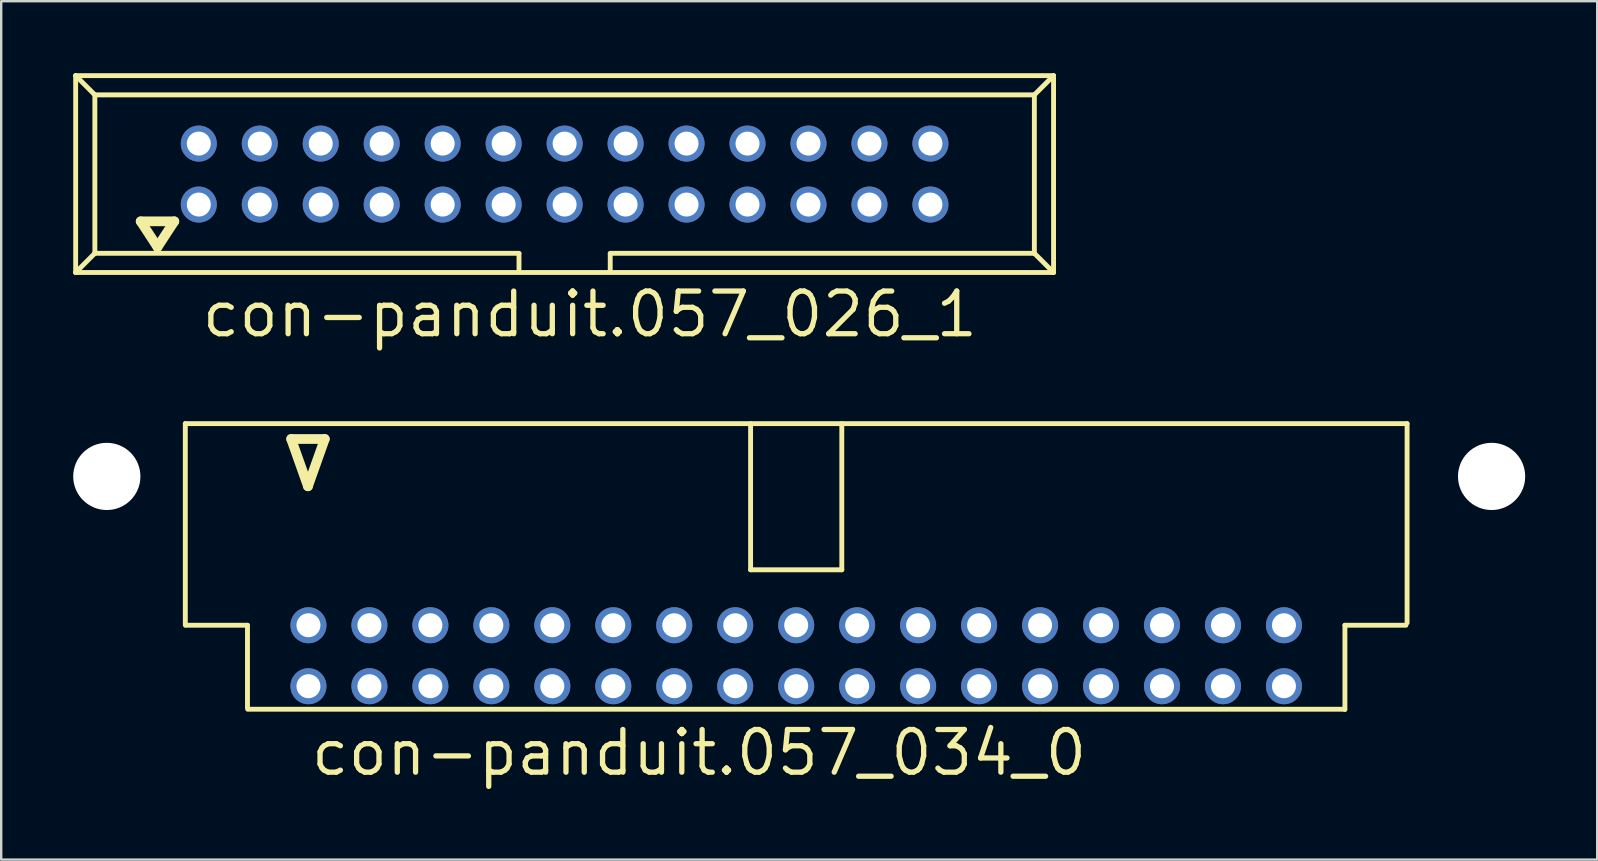
<source format=kicad_pcb>
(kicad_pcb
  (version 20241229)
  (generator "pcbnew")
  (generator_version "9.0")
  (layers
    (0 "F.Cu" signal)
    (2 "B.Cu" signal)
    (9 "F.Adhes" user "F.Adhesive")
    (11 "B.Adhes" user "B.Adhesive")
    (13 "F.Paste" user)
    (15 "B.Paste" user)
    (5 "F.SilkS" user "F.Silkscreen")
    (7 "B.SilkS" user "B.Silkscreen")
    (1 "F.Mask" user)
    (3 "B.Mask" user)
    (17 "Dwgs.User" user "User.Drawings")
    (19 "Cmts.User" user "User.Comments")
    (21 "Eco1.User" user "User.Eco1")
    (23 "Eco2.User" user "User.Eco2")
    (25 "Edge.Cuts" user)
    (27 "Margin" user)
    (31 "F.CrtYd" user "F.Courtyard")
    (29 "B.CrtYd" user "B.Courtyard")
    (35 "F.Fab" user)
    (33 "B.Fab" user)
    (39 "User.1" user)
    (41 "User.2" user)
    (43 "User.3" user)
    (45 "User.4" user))
  (footprint "con-panduit.057_026_1"
    (layer "F.Cu")
    (at 20.472 4.202)
    (property "Reference" "con-panduit.057_026_1" (at -15.22 6.88 0) (layer "F.SilkS") (effects (font (size 1.778 1.778) (thickness 0.22)) (justify left bottom)))
    (attr through_hole)
    (fp_line (start -20.37 -4.1) (end -19.57 -3.3) (stroke (width 0.203) (type default)) (layer "F.SilkS"))
    (fp_line (start -20.37 4.1) (end -20.37 -4.1) (stroke (width 0.203) (type default)) (layer "F.SilkS"))
    (fp_line (start -20.37 4.1) (end -19.57 3.3) (stroke (width 0.203) (type default)) (layer "F.SilkS"))
    (fp_line (start -20.37 4.1) (end 20.37 4.1) (stroke (width 0.203) (type default)) (layer "F.SilkS"))
    (fp_line (start -19.57 -3.3) (end 19.57 -3.3) (stroke (width 0.203) (type default)) (layer "F.SilkS"))
    (fp_line (start -19.57 3.3) (end -19.57 -3.3) (stroke (width 0.203) (type default)) (layer "F.SilkS"))
    (fp_line (start -17.66 1.97) (end -16.96 3.04) (stroke (width 0.406) (type default)) (layer "F.SilkS"))
    (fp_line (start -16.96 3.04) (end -16.26 1.97) (stroke (width 0.406) (type default)) (layer "F.SilkS"))
    (fp_line (start -16.26 1.97) (end -17.66 1.97) (stroke (width 0.406) (type default)) (layer "F.SilkS"))
    (fp_line (start -1.9 3.3) (end -19.57 3.3) (stroke (width 0.203) (type default)) (layer "F.SilkS"))
    (fp_line (start -1.9 3.32) (end -1.9 4.03) (stroke (width 0.203) (type default)) (layer "F.SilkS"))
    (fp_line (start 1.9 3.32) (end 1.9 4.03) (stroke (width 0.203) (type default)) (layer "F.SilkS"))
    (fp_line (start 19.57 -3.3) (end 19.57 3.3) (stroke (width 0.203) (type default)) (layer "F.SilkS"))
    (fp_line (start 19.57 3.3) (end 1.9 3.3) (stroke (width 0.203) (type default)) (layer "F.SilkS"))
    (fp_line (start 19.57 3.3) (end 20.37 4.1) (stroke (width 0.203) (type default)) (layer "F.SilkS"))
    (fp_line (start 20.37 -4.1) (end -20.37 -4.1) (stroke (width 0.203) (type default)) (layer "F.SilkS"))
    (fp_line (start 20.37 -4.1) (end 19.57 -3.3) (stroke (width 0.203) (type default)) (layer "F.SilkS"))
    (fp_line (start 20.37 4.1) (end 20.37 -4.1) (stroke (width 0.203) (type default)) (layer "F.SilkS"))
    (pad "1" thru_hole circle (at -15.24 1.27) (size 1.5 1.5) (drill 1) (layers "*.Cu" "*.Mask"))
    (pad "2" thru_hole circle (at -15.24 -1.27) (size 1.5 1.5) (drill 1) (layers "*.Cu" "*.Mask"))
    (pad "3" thru_hole circle (at -12.7 1.27) (size 1.5 1.5) (drill 1) (layers "*.Cu" "*.Mask"))
    (pad "4" thru_hole circle (at -12.7 -1.27) (size 1.5 1.5) (drill 1) (layers "*.Cu" "*.Mask"))
    (pad "5" thru_hole circle (at -10.16 1.27) (size 1.5 1.5) (drill 1) (layers "*.Cu" "*.Mask"))
    (pad "6" thru_hole circle (at -10.16 -1.27) (size 1.5 1.5) (drill 1) (layers "*.Cu" "*.Mask"))
    (pad "7" thru_hole circle (at -7.62 1.27) (size 1.5 1.5) (drill 1) (layers "*.Cu" "*.Mask"))
    (pad "8" thru_hole circle (at -7.62 -1.27) (size 1.5 1.5) (drill 1) (layers "*.Cu" "*.Mask"))
    (pad "9" thru_hole circle (at -5.08 1.27) (size 1.5 1.5) (drill 1) (layers "*.Cu" "*.Mask"))
    (pad "10" thru_hole circle (at -5.08 -1.27) (size 1.5 1.5) (drill 1) (layers "*.Cu" "*.Mask"))
    (pad "11" thru_hole circle (at -2.54 1.27) (size 1.5 1.5) (drill 1) (layers "*.Cu" "*.Mask"))
    (pad "12" thru_hole circle (at -2.54 -1.27) (size 1.5 1.5) (drill 1) (layers "*.Cu" "*.Mask"))
    (pad "13" thru_hole circle (at 0 1.27) (size 1.5 1.5) (drill 1) (layers "*.Cu" "*.Mask"))
    (pad "14" thru_hole circle (at 0 -1.27) (size 1.5 1.5) (drill 1) (layers "*.Cu" "*.Mask"))
    (pad "15" thru_hole circle (at 2.54 1.27) (size 1.5 1.5) (drill 1) (layers "*.Cu" "*.Mask"))
    (pad "16" thru_hole circle (at 2.54 -1.27) (size 1.5 1.5) (drill 1) (layers "*.Cu" "*.Mask"))
    (pad "17" thru_hole circle (at 5.08 1.27) (size 1.5 1.5) (drill 1) (layers "*.Cu" "*.Mask"))
    (pad "18" thru_hole circle (at 5.08 -1.27) (size 1.5 1.5) (drill 1) (layers "*.Cu" "*.Mask"))
    (pad "19" thru_hole circle (at 7.62 1.27) (size 1.5 1.5) (drill 1) (layers "*.Cu" "*.Mask"))
    (pad "20" thru_hole circle (at 7.62 -1.27) (size 1.5 1.5) (drill 1) (layers "*.Cu" "*.Mask"))
    (pad "21" thru_hole circle (at 10.16 1.27) (size 1.5 1.5) (drill 1) (layers "*.Cu" "*.Mask"))
    (pad "22" thru_hole circle (at 10.16 -1.27) (size 1.5 1.5) (drill 1) (layers "*.Cu" "*.Mask"))
    (pad "23" thru_hole circle (at 12.7 1.27) (size 1.5 1.5) (drill 1) (layers "*.Cu" "*.Mask"))
    (pad "24" thru_hole circle (at 12.7 -1.27) (size 1.5 1.5) (drill 1) (layers "*.Cu" "*.Mask"))
    (pad "25" thru_hole circle (at 15.24 1.27) (size 1.5 1.5) (drill 1) (layers "*.Cu" "*.Mask"))
    (pad "26" thru_hole circle (at 15.24 -1.27) (size 1.5 1.5) (drill 1) (layers "*.Cu" "*.Mask")))
  (footprint "con-panduit.057_034_0"
    (layer "F.Cu")
    (at 30.12 20.458)
    (property "Reference" "con-panduit.057_034_0" (at -20.32 8.89 0) (layer "F.SilkS") (effects (font (size 1.778 1.778) (thickness 0.22)) (justify left bottom)))
    (attr through_hole)
    (fp_line (start -25.45 -5.86) (end 25.45 -5.86) (stroke (width 0.203) (type default)) (layer "F.SilkS"))
    (fp_line (start -25.45 2.54) (end -25.45 -5.86) (stroke (width 0.203) (type default)) (layer "F.SilkS"))
    (fp_line (start -25.4 2.54) (end -22.86 2.54) (stroke (width 0.203) (type default)) (layer "F.SilkS"))
    (fp_line (start -22.86 2.54) (end -22.86 5.98) (stroke (width 0.203) (type default)) (layer "F.SilkS"))
    (fp_line (start -21.04 -5.22) (end -20.34 -3.25) (stroke (width 0.406) (type default)) (layer "F.SilkS"))
    (fp_line (start -20.34 -3.25) (end -19.64 -5.22) (stroke (width 0.406) (type default)) (layer "F.SilkS"))
    (fp_line (start -19.64 -5.22) (end -21.04 -5.22) (stroke (width 0.406) (type default)) (layer "F.SilkS"))
    (fp_line (start -1.9 0.23) (end -1.9 -5.86) (stroke (width 0.203) (type default)) (layer "F.SilkS"))
    (fp_line (start -1.9 0.23) (end 1.9 0.23) (stroke (width 0.203) (type default)) (layer "F.SilkS"))
    (fp_line (start 1.9 0.23) (end 1.9 -5.86) (stroke (width 0.203) (type default)) (layer "F.SilkS"))
    (fp_line (start 22.85 6.04) (end -22.85 6.04) (stroke (width 0.203) (type default)) (layer "F.SilkS"))
    (fp_line (start 22.86 2.54) (end 22.86 6.05) (stroke (width 0.203) (type default)) (layer "F.SilkS"))
    (fp_line (start 25.4 2.54) (end 22.86 2.54) (stroke (width 0.203) (type default)) (layer "F.SilkS"))
    (fp_line (start 25.45 -5.86) (end 25.45 2.44) (stroke (width 0.203) (type default)) (layer "F.SilkS"))
    (pad "" np_thru_hole circle (at -28.72 -3.66) (size 2.8 2.8) (drill 2.8) (layers "*.Cu" "*.Mask"))
    (pad "" np_thru_hole circle (at 28.97 -3.66) (size 2.8 2.8) (drill 2.8) (layers "*.Cu" "*.Mask"))
    (pad "1" thru_hole circle (at -20.32 5.08) (size 1.5 1.5) (drill 1) (layers "*.Cu" "*.Mask"))
    (pad "2" thru_hole circle (at -20.32 2.54) (size 1.5 1.5) (drill 1) (layers "*.Cu" "*.Mask"))
    (pad "3" thru_hole circle (at -17.78 5.08) (size 1.5 1.5) (drill 1) (layers "*.Cu" "*.Mask"))
    (pad "4" thru_hole circle (at -17.78 2.54) (size 1.5 1.5) (drill 1) (layers "*.Cu" "*.Mask"))
    (pad "5" thru_hole circle (at -15.24 5.08) (size 1.5 1.5) (drill 1) (layers "*.Cu" "*.Mask"))
    (pad "6" thru_hole circle (at -15.24 2.54) (size 1.5 1.5) (drill 1) (layers "*.Cu" "*.Mask"))
    (pad "7" thru_hole circle (at -12.7 5.08) (size 1.5 1.5) (drill 1) (layers "*.Cu" "*.Mask"))
    (pad "8" thru_hole circle (at -12.7 2.54) (size 1.5 1.5) (drill 1) (layers "*.Cu" "*.Mask"))
    (pad "9" thru_hole circle (at -10.16 5.08) (size 1.5 1.5) (drill 1) (layers "*.Cu" "*.Mask"))
    (pad "10" thru_hole circle (at -10.16 2.54) (size 1.5 1.5) (drill 1) (layers "*.Cu" "*.Mask"))
    (pad "11" thru_hole circle (at -7.62 5.08) (size 1.5 1.5) (drill 1) (layers "*.Cu" "*.Mask"))
    (pad "12" thru_hole circle (at -7.62 2.54) (size 1.5 1.5) (drill 1) (layers "*.Cu" "*.Mask"))
    (pad "13" thru_hole circle (at -5.08 5.08) (size 1.5 1.5) (drill 1) (layers "*.Cu" "*.Mask"))
    (pad "14" thru_hole circle (at -5.08 2.54) (size 1.5 1.5) (drill 1) (layers "*.Cu" "*.Mask"))
    (pad "15" thru_hole circle (at -2.54 5.08) (size 1.5 1.5) (drill 1) (layers "*.Cu" "*.Mask"))
    (pad "16" thru_hole circle (at -2.54 2.54) (size 1.5 1.5) (drill 1) (layers "*.Cu" "*.Mask"))
    (pad "17" thru_hole circle (at 0 5.08) (size 1.5 1.5) (drill 1) (layers "*.Cu" "*.Mask"))
    (pad "18" thru_hole circle (at 0 2.54) (size 1.5 1.5) (drill 1) (layers "*.Cu" "*.Mask"))
    (pad "19" thru_hole circle (at 2.54 5.08) (size 1.5 1.5) (drill 1) (layers "*.Cu" "*.Mask"))
    (pad "20" thru_hole circle (at 2.54 2.54) (size 1.5 1.5) (drill 1) (layers "*.Cu" "*.Mask"))
    (pad "21" thru_hole circle (at 5.08 5.08) (size 1.5 1.5) (drill 1) (layers "*.Cu" "*.Mask"))
    (pad "22" thru_hole circle (at 5.08 2.54) (size 1.5 1.5) (drill 1) (layers "*.Cu" "*.Mask"))
    (pad "23" thru_hole circle (at 7.62 5.08) (size 1.5 1.5) (drill 1) (layers "*.Cu" "*.Mask"))
    (pad "24" thru_hole circle (at 7.62 2.54) (size 1.5 1.5) (drill 1) (layers "*.Cu" "*.Mask"))
    (pad "25" thru_hole circle (at 10.16 5.08) (size 1.5 1.5) (drill 1) (layers "*.Cu" "*.Mask"))
    (pad "26" thru_hole circle (at 10.16 2.54) (size 1.5 1.5) (drill 1) (layers "*.Cu" "*.Mask"))
    (pad "27" thru_hole circle (at 12.7 5.08) (size 1.5 1.5) (drill 1) (layers "*.Cu" "*.Mask"))
    (pad "28" thru_hole circle (at 12.7 2.54) (size 1.5 1.5) (drill 1) (layers "*.Cu" "*.Mask"))
    (pad "29" thru_hole circle (at 15.24 5.08) (size 1.5 1.5) (drill 1) (layers "*.Cu" "*.Mask"))
    (pad "30" thru_hole circle (at 15.24 2.54) (size 1.5 1.5) (drill 1) (layers "*.Cu" "*.Mask"))
    (pad "31" thru_hole circle (at 17.78 5.08) (size 1.5 1.5) (drill 1) (layers "*.Cu" "*.Mask"))
    (pad "32" thru_hole circle (at 17.78 2.54) (size 1.5 1.5) (drill 1) (layers "*.Cu" "*.Mask"))
    (pad "33" thru_hole circle (at 20.32 5.08) (size 1.5 1.5) (drill 1) (layers "*.Cu" "*.Mask"))
    (pad "34" thru_hole circle (at 20.32 2.54) (size 1.5 1.5) (drill 1) (layers "*.Cu" "*.Mask")))
  (gr_rect
    (start -3 -3)
    (end 63.49 32.762)
    (stroke (width 0.1) (type default))
    (fill no)
    (layer "Edge.Cuts")))
</source>
